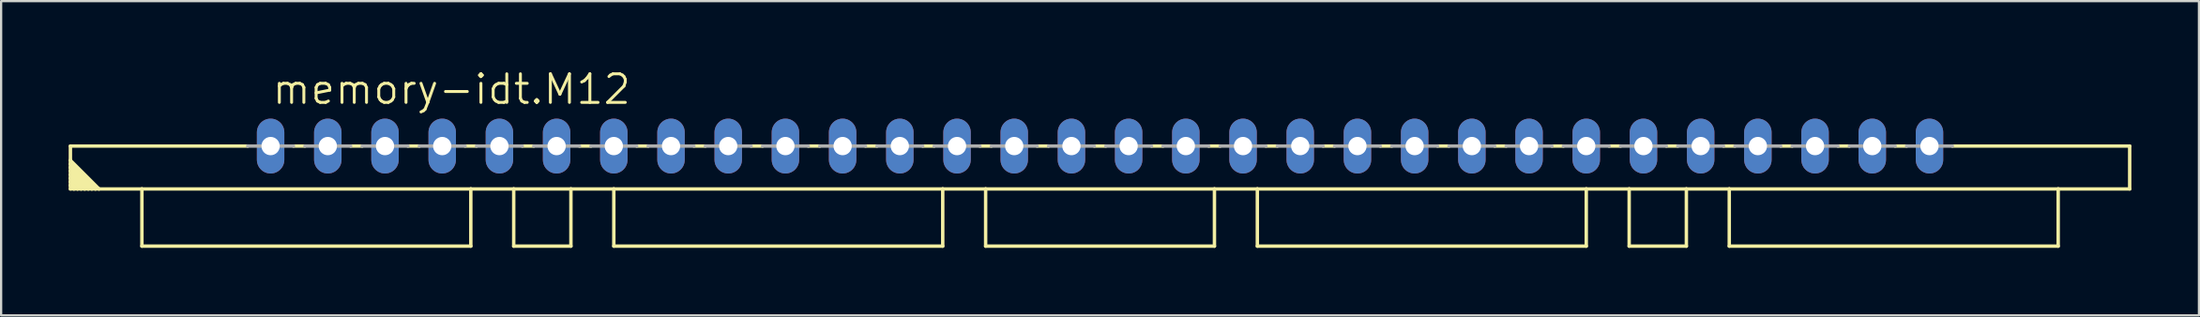
<source format=kicad_pcb>
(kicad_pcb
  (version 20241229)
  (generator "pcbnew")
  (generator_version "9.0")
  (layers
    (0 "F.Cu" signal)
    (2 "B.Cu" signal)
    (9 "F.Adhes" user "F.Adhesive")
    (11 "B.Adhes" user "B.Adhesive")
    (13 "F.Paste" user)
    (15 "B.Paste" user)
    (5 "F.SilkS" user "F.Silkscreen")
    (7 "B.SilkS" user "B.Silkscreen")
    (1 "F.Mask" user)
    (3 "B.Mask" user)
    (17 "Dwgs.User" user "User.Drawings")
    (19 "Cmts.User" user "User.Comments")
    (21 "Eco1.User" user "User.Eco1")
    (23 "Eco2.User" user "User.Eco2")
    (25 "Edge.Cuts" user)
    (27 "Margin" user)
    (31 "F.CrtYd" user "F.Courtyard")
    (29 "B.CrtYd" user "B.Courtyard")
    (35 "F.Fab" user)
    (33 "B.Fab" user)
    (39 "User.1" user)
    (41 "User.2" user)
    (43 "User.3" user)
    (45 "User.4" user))
  (footprint "memory-idt.M12"
    (layer "F.Cu")
    (at 45.796 4.708)
    (property "Reference" "memory-idt.M12" (at -36.83 -3.048 0) (layer "F.SilkS") (effects (font (size 1.27 1.27) (thickness 0.13)) (justify left bottom)))
    (attr through_hole)
    (fp_line (start -45.72 -1.27) (end -45.72 -0.635) (stroke (width 0.152) (type default)) (layer "F.SilkS"))
    (fp_line (start -45.72 -0.635) (end -45.72 -0.476) (stroke (width 0.152) (type default)) (layer "F.SilkS"))
    (fp_line (start -45.72 -0.635) (end -44.45 0.635) (stroke (width 0.152) (type default)) (layer "F.SilkS"))
    (fp_line (start -45.72 -0.476) (end -45.72 -0.318) (stroke (width 0.152) (type default)) (layer "F.SilkS"))
    (fp_line (start -45.72 -0.476) (end -44.609 0.635) (stroke (width 0.152) (type default)) (layer "F.SilkS"))
    (fp_line (start -45.72 -0.318) (end -45.72 -0.159) (stroke (width 0.152) (type default)) (layer "F.SilkS"))
    (fp_line (start -45.72 -0.318) (end -44.768 0.635) (stroke (width 0.152) (type default)) (layer "F.SilkS"))
    (fp_line (start -45.72 -0.159) (end -45.72 0) (stroke (width 0.152) (type default)) (layer "F.SilkS"))
    (fp_line (start -45.72 -0.159) (end -44.926 0.635) (stroke (width 0.152) (type default)) (layer "F.SilkS"))
    (fp_line (start -45.72 0) (end -45.72 0.159) (stroke (width 0.152) (type default)) (layer "F.SilkS"))
    (fp_line (start -45.72 0) (end -45.085 0.635) (stroke (width 0.152) (type default)) (layer "F.SilkS"))
    (fp_line (start -45.72 0.159) (end -45.72 0.318) (stroke (width 0.152) (type default)) (layer "F.SilkS"))
    (fp_line (start -45.72 0.159) (end -45.244 0.635) (stroke (width 0.152) (type default)) (layer "F.SilkS"))
    (fp_line (start -45.72 0.318) (end -45.72 0.476) (stroke (width 0.152) (type default)) (layer "F.SilkS"))
    (fp_line (start -45.72 0.318) (end -45.403 0.635) (stroke (width 0.152) (type default)) (layer "F.SilkS"))
    (fp_line (start -45.72 0.476) (end -45.72 0.635) (stroke (width 0.152) (type default)) (layer "F.SilkS"))
    (fp_line (start -45.72 0.476) (end -45.561 0.635) (stroke (width 0.152) (type default)) (layer "F.SilkS"))
    (fp_line (start -45.72 0.635) (end -45.561 0.635) (stroke (width 0.152) (type default)) (layer "F.SilkS"))
    (fp_line (start -45.561 0.635) (end -45.403 0.635) (stroke (width 0.152) (type default)) (layer "F.SilkS"))
    (fp_line (start -45.403 0.635) (end -45.244 0.635) (stroke (width 0.152) (type default)) (layer "F.SilkS"))
    (fp_line (start -45.244 0.635) (end -45.085 0.635) (stroke (width 0.152) (type default)) (layer "F.SilkS"))
    (fp_line (start -45.085 0.635) (end -44.926 0.635) (stroke (width 0.152) (type default)) (layer "F.SilkS"))
    (fp_line (start -44.926 0.635) (end -44.768 0.635) (stroke (width 0.152) (type default)) (layer "F.SilkS"))
    (fp_line (start -44.768 0.635) (end -44.609 0.635) (stroke (width 0.152) (type default)) (layer "F.SilkS"))
    (fp_line (start -44.609 0.635) (end -44.45 0.635) (stroke (width 0.152) (type default)) (layer "F.SilkS"))
    (fp_line (start -44.45 0.635) (end -42.545 0.635) (stroke (width 0.152) (type default)) (layer "F.SilkS"))
    (fp_line (start -42.545 0.635) (end -27.94 0.635) (stroke (width 0.152) (type default)) (layer "F.SilkS"))
    (fp_line (start -42.545 3.175) (end -42.545 0.635) (stroke (width 0.152) (type default)) (layer "F.SilkS"))
    (fp_line (start -37.846 -1.27) (end -45.72 -1.27) (stroke (width 0.152) (type default)) (layer "F.SilkS"))
    (fp_line (start -35.814 -1.27) (end -35.306 -1.27) (stroke (width 0.152) (type default)) (layer "F.SilkS"))
    (fp_line (start -33.274 -1.27) (end -32.766 -1.27) (stroke (width 0.152) (type default)) (layer "F.SilkS"))
    (fp_line (start -30.734 -1.27) (end -30.226 -1.27) (stroke (width 0.152) (type default)) (layer "F.SilkS"))
    (fp_line (start -28.194 -1.27) (end -27.686 -1.27) (stroke (width 0.152) (type default)) (layer "F.SilkS"))
    (fp_line (start -27.94 0.635) (end -27.94 3.175) (stroke (width 0.152) (type default)) (layer "F.SilkS"))
    (fp_line (start -27.94 0.635) (end -26.035 0.635) (stroke (width 0.152) (type default)) (layer "F.SilkS"))
    (fp_line (start -27.94 3.175) (end -42.545 3.175) (stroke (width 0.152) (type default)) (layer "F.SilkS"))
    (fp_line (start -26.035 0.635) (end -26.035 3.175) (stroke (width 0.152) (type default)) (layer "F.SilkS"))
    (fp_line (start -26.035 0.635) (end -23.495 0.635) (stroke (width 0.152) (type default)) (layer "F.SilkS"))
    (fp_line (start -26.035 3.175) (end -23.495 3.175) (stroke (width 0.152) (type default)) (layer "F.SilkS"))
    (fp_line (start -25.654 -1.27) (end -25.146 -1.27) (stroke (width 0.152) (type default)) (layer "F.SilkS"))
    (fp_line (start -23.495 0.635) (end -21.59 0.635) (stroke (width 0.152) (type default)) (layer "F.SilkS"))
    (fp_line (start -23.495 3.175) (end -23.495 0.635) (stroke (width 0.152) (type default)) (layer "F.SilkS"))
    (fp_line (start -23.114 -1.27) (end -22.606 -1.27) (stroke (width 0.152) (type default)) (layer "F.SilkS"))
    (fp_line (start -21.59 0.635) (end -6.985 0.635) (stroke (width 0.152) (type default)) (layer "F.SilkS"))
    (fp_line (start -21.59 3.175) (end -21.59 0.635) (stroke (width 0.152) (type default)) (layer "F.SilkS"))
    (fp_line (start -20.574 -1.27) (end -20.066 -1.27) (stroke (width 0.152) (type default)) (layer "F.SilkS"))
    (fp_line (start -18.034 -1.27) (end -17.526 -1.27) (stroke (width 0.152) (type default)) (layer "F.SilkS"))
    (fp_line (start -15.494 -1.27) (end -14.986 -1.27) (stroke (width 0.152) (type default)) (layer "F.SilkS"))
    (fp_line (start -12.954 -1.27) (end -12.446 -1.27) (stroke (width 0.152) (type default)) (layer "F.SilkS"))
    (fp_line (start -10.414 -1.27) (end -9.906 -1.27) (stroke (width 0.152) (type default)) (layer "F.SilkS"))
    (fp_line (start -7.874 -1.27) (end -7.366 -1.27) (stroke (width 0.152) (type default)) (layer "F.SilkS"))
    (fp_line (start -6.985 0.635) (end -6.985 3.175) (stroke (width 0.152) (type default)) (layer "F.SilkS"))
    (fp_line (start -6.985 0.635) (end -5.08 0.635) (stroke (width 0.152) (type default)) (layer "F.SilkS"))
    (fp_line (start -6.985 3.175) (end -21.59 3.175) (stroke (width 0.152) (type default)) (layer "F.SilkS"))
    (fp_line (start -5.334 -1.27) (end -4.826 -1.27) (stroke (width 0.152) (type default)) (layer "F.SilkS"))
    (fp_line (start -5.08 0.635) (end -5.08 3.175) (stroke (width 0.152) (type default)) (layer "F.SilkS"))
    (fp_line (start -5.08 0.635) (end 5.08 0.635) (stroke (width 0.152) (type default)) (layer "F.SilkS"))
    (fp_line (start -5.08 3.175) (end 5.08 3.175) (stroke (width 0.152) (type default)) (layer "F.SilkS"))
    (fp_line (start -2.794 -1.27) (end -2.286 -1.27) (stroke (width 0.152) (type default)) (layer "F.SilkS"))
    (fp_line (start -0.254 -1.27) (end 0.254 -1.27) (stroke (width 0.152) (type default)) (layer "F.SilkS"))
    (fp_line (start 2.286 -1.27) (end 2.794 -1.27) (stroke (width 0.152) (type default)) (layer "F.SilkS"))
    (fp_line (start 4.826 -1.27) (end 5.334 -1.27) (stroke (width 0.152) (type default)) (layer "F.SilkS"))
    (fp_line (start 5.08 0.635) (end 6.985 0.635) (stroke (width 0.152) (type default)) (layer "F.SilkS"))
    (fp_line (start 5.08 3.175) (end 5.08 0.635) (stroke (width 0.152) (type default)) (layer "F.SilkS"))
    (fp_line (start 6.985 0.635) (end 21.59 0.635) (stroke (width 0.152) (type default)) (layer "F.SilkS"))
    (fp_line (start 6.985 3.175) (end 6.985 0.635) (stroke (width 0.152) (type default)) (layer "F.SilkS"))
    (fp_line (start 7.366 -1.27) (end 7.874 -1.27) (stroke (width 0.152) (type default)) (layer "F.SilkS"))
    (fp_line (start 9.906 -1.27) (end 10.414 -1.27) (stroke (width 0.152) (type default)) (layer "F.SilkS"))
    (fp_line (start 12.446 -1.27) (end 12.954 -1.27) (stroke (width 0.152) (type default)) (layer "F.SilkS"))
    (fp_line (start 14.986 -1.27) (end 15.494 -1.27) (stroke (width 0.152) (type default)) (layer "F.SilkS"))
    (fp_line (start 17.526 -1.27) (end 18.034 -1.27) (stroke (width 0.152) (type default)) (layer "F.SilkS"))
    (fp_line (start 20.066 -1.27) (end 20.574 -1.27) (stroke (width 0.152) (type default)) (layer "F.SilkS"))
    (fp_line (start 21.59 0.635) (end 21.59 3.175) (stroke (width 0.152) (type default)) (layer "F.SilkS"))
    (fp_line (start 21.59 0.635) (end 23.495 0.635) (stroke (width 0.152) (type default)) (layer "F.SilkS"))
    (fp_line (start 21.59 3.175) (end 6.985 3.175) (stroke (width 0.152) (type default)) (layer "F.SilkS"))
    (fp_line (start 22.606 -1.27) (end 23.114 -1.27) (stroke (width 0.152) (type default)) (layer "F.SilkS"))
    (fp_line (start 23.495 0.635) (end 23.495 3.175) (stroke (width 0.152) (type default)) (layer "F.SilkS"))
    (fp_line (start 23.495 0.635) (end 26.035 0.635) (stroke (width 0.152) (type default)) (layer "F.SilkS"))
    (fp_line (start 23.495 3.175) (end 26.035 3.175) (stroke (width 0.152) (type default)) (layer "F.SilkS"))
    (fp_line (start 25.146 -1.27) (end 25.654 -1.27) (stroke (width 0.152) (type default)) (layer "F.SilkS"))
    (fp_line (start 26.035 0.635) (end 27.94 0.635) (stroke (width 0.152) (type default)) (layer "F.SilkS"))
    (fp_line (start 26.035 3.175) (end 26.035 0.635) (stroke (width 0.152) (type default)) (layer "F.SilkS"))
    (fp_line (start 27.686 -1.27) (end 28.194 -1.27) (stroke (width 0.152) (type default)) (layer "F.SilkS"))
    (fp_line (start 27.94 0.635) (end 42.545 0.635) (stroke (width 0.152) (type default)) (layer "F.SilkS"))
    (fp_line (start 27.94 3.175) (end 27.94 0.635) (stroke (width 0.152) (type default)) (layer "F.SilkS"))
    (fp_line (start 30.226 -1.27) (end 30.734 -1.27) (stroke (width 0.152) (type default)) (layer "F.SilkS"))
    (fp_line (start 32.766 -1.27) (end 33.274 -1.27) (stroke (width 0.152) (type default)) (layer "F.SilkS"))
    (fp_line (start 35.306 -1.27) (end 35.814 -1.27) (stroke (width 0.152) (type default)) (layer "F.SilkS"))
    (fp_line (start 37.846 -1.27) (end 45.72 -1.27) (stroke (width 0.152) (type default)) (layer "F.SilkS"))
    (fp_line (start 42.545 0.635) (end 42.545 3.175) (stroke (width 0.152) (type default)) (layer "F.SilkS"))
    (fp_line (start 42.545 0.635) (end 45.72 0.635) (stroke (width 0.152) (type default)) (layer "F.SilkS"))
    (fp_line (start 42.545 3.175) (end 27.94 3.175) (stroke (width 0.152) (type default)) (layer "F.SilkS"))
    (fp_line (start 45.72 0.635) (end 45.72 -1.27) (stroke (width 0.152) (type default)) (layer "F.SilkS"))
    (fp_line (start -37.846 -1.27) (end -35.814 -1.27) (stroke (width 0.152) (type default)) (layer "F.Fab"))
    (fp_line (start -35.306 -1.27) (end -33.274 -1.27) (stroke (width 0.152) (type default)) (layer "F.Fab"))
    (fp_line (start -32.766 -1.27) (end -30.734 -1.27) (stroke (width 0.152) (type default)) (layer "F.Fab"))
    (fp_line (start -30.226 -1.27) (end -28.194 -1.27) (stroke (width 0.152) (type default)) (layer "F.Fab"))
    (fp_line (start -27.686 -1.27) (end -25.654 -1.27) (stroke (width 0.152) (type default)) (layer "F.Fab"))
    (fp_line (start -25.146 -1.27) (end -23.114 -1.27) (stroke (width 0.152) (type default)) (layer "F.Fab"))
    (fp_line (start -22.606 -1.27) (end -20.574 -1.27) (stroke (width 0.152) (type default)) (layer "F.Fab"))
    (fp_line (start -20.066 -1.27) (end -18.034 -1.27) (stroke (width 0.152) (type default)) (layer "F.Fab"))
    (fp_line (start -17.526 -1.27) (end -15.494 -1.27) (stroke (width 0.152) (type default)) (layer "F.Fab"))
    (fp_line (start -14.986 -1.27) (end -12.954 -1.27) (stroke (width 0.152) (type default)) (layer "F.Fab"))
    (fp_line (start -12.446 -1.27) (end -10.414 -1.27) (stroke (width 0.152) (type default)) (layer "F.Fab"))
    (fp_line (start -9.906 -1.27) (end -7.874 -1.27) (stroke (width 0.152) (type default)) (layer "F.Fab"))
    (fp_line (start -7.366 -1.27) (end -5.334 -1.27) (stroke (width 0.152) (type default)) (layer "F.Fab"))
    (fp_line (start -4.826 -1.27) (end -2.794 -1.27) (stroke (width 0.152) (type default)) (layer "F.Fab"))
    (fp_line (start -2.286 -1.27) (end -0.254 -1.27) (stroke (width 0.152) (type default)) (layer "F.Fab"))
    (fp_line (start 0.254 -1.27) (end 2.286 -1.27) (stroke (width 0.152) (type default)) (layer "F.Fab"))
    (fp_line (start 2.794 -1.27) (end 4.826 -1.27) (stroke (width 0.152) (type default)) (layer "F.Fab"))
    (fp_line (start 5.334 -1.27) (end 7.366 -1.27) (stroke (width 0.152) (type default)) (layer "F.Fab"))
    (fp_line (start 7.874 -1.27) (end 9.906 -1.27) (stroke (width 0.152) (type default)) (layer "F.Fab"))
    (fp_line (start 10.414 -1.27) (end 12.446 -1.27) (stroke (width 0.152) (type default)) (layer "F.Fab"))
    (fp_line (start 12.954 -1.27) (end 14.986 -1.27) (stroke (width 0.152) (type default)) (layer "F.Fab"))
    (fp_line (start 15.494 -1.27) (end 17.526 -1.27) (stroke (width 0.152) (type default)) (layer "F.Fab"))
    (fp_line (start 18.034 -1.27) (end 20.066 -1.27) (stroke (width 0.152) (type default)) (layer "F.Fab"))
    (fp_line (start 20.574 -1.27) (end 22.606 -1.27) (stroke (width 0.152) (type default)) (layer "F.Fab"))
    (fp_line (start 23.114 -1.27) (end 25.146 -1.27) (stroke (width 0.152) (type default)) (layer "F.Fab"))
    (fp_line (start 25.654 -1.27) (end 27.686 -1.27) (stroke (width 0.152) (type default)) (layer "F.Fab"))
    (fp_line (start 28.194 -1.27) (end 30.226 -1.27) (stroke (width 0.152) (type default)) (layer "F.Fab"))
    (fp_line (start 30.734 -1.27) (end 32.766 -1.27) (stroke (width 0.152) (type default)) (layer "F.Fab"))
    (fp_line (start 33.274 -1.27) (end 35.306 -1.27) (stroke (width 0.152) (type default)) (layer "F.Fab"))
    (fp_line (start 35.814 -1.27) (end 37.846 -1.27) (stroke (width 0.152) (type default)) (layer "F.Fab"))
    (pad "1" thru_hole oval (at -36.83 -1.27 90) (size 2.438 1.219) (drill 0.813) (layers "*.Cu" "*.Mask"))
    (pad "2" thru_hole oval (at -34.29 -1.27 90) (size 2.438 1.219) (drill 0.813) (layers "*.Cu" "*.Mask"))
    (pad "3" thru_hole oval (at -31.75 -1.27 90) (size 2.438 1.219) (drill 0.813) (layers "*.Cu" "*.Mask"))
    (pad "4" thru_hole oval (at -29.21 -1.27 90) (size 2.438 1.219) (drill 0.813) (layers "*.Cu" "*.Mask"))
    (pad "5" thru_hole oval (at -26.67 -1.27 90) (size 2.438 1.219) (drill 0.813) (layers "*.Cu" "*.Mask"))
    (pad "6" thru_hole oval (at -24.13 -1.27 90) (size 2.438 1.219) (drill 0.813) (layers "*.Cu" "*.Mask"))
    (pad "7" thru_hole oval (at -21.59 -1.27 90) (size 2.438 1.219) (drill 0.813) (layers "*.Cu" "*.Mask"))
    (pad "8" thru_hole oval (at -19.05 -1.27 90) (size 2.438 1.219) (drill 0.813) (layers "*.Cu" "*.Mask"))
    (pad "9" thru_hole oval (at -16.51 -1.27 90) (size 2.438 1.219) (drill 0.813) (layers "*.Cu" "*.Mask"))
    (pad "10" thru_hole oval (at -13.97 -1.27 90) (size 2.438 1.219) (drill 0.813) (layers "*.Cu" "*.Mask"))
    (pad "11" thru_hole oval (at -11.43 -1.27 90) (size 2.438 1.219) (drill 0.813) (layers "*.Cu" "*.Mask"))
    (pad "12" thru_hole oval (at -8.89 -1.27 90) (size 2.438 1.219) (drill 0.813) (layers "*.Cu" "*.Mask"))
    (pad "13" thru_hole oval (at -6.35 -1.27 90) (size 2.438 1.219) (drill 0.813) (layers "*.Cu" "*.Mask"))
    (pad "14" thru_hole oval (at -3.81 -1.27 90) (size 2.438 1.219) (drill 0.813) (layers "*.Cu" "*.Mask"))
    (pad "15" thru_hole oval (at -1.27 -1.27 90) (size 2.438 1.219) (drill 0.813) (layers "*.Cu" "*.Mask"))
    (pad "16" thru_hole oval (at 1.27 -1.27 90) (size 2.438 1.219) (drill 0.813) (layers "*.Cu" "*.Mask"))
    (pad "17" thru_hole oval (at 3.81 -1.27 90) (size 2.438 1.219) (drill 0.813) (layers "*.Cu" "*.Mask"))
    (pad "18" thru_hole oval (at 6.35 -1.27 90) (size 2.438 1.219) (drill 0.813) (layers "*.Cu" "*.Mask"))
    (pad "19" thru_hole oval (at 8.89 -1.27 90) (size 2.438 1.219) (drill 0.813) (layers "*.Cu" "*.Mask"))
    (pad "20" thru_hole oval (at 11.43 -1.27 90) (size 2.438 1.219) (drill 0.813) (layers "*.Cu" "*.Mask"))
    (pad "21" thru_hole oval (at 13.97 -1.27 90) (size 2.438 1.219) (drill 0.813) (layers "*.Cu" "*.Mask"))
    (pad "22" thru_hole oval (at 16.51 -1.27 90) (size 2.438 1.219) (drill 0.813) (layers "*.Cu" "*.Mask"))
    (pad "23" thru_hole oval (at 19.05 -1.27 90) (size 2.438 1.219) (drill 0.813) (layers "*.Cu" "*.Mask"))
    (pad "24" thru_hole oval (at 21.59 -1.27 90) (size 2.438 1.219) (drill 0.813) (layers "*.Cu" "*.Mask"))
    (pad "25" thru_hole oval (at 24.13 -1.27 90) (size 2.438 1.219) (drill 0.813) (layers "*.Cu" "*.Mask"))
    (pad "26" thru_hole oval (at 26.67 -1.27 90) (size 2.438 1.219) (drill 0.813) (layers "*.Cu" "*.Mask"))
    (pad "27" thru_hole oval (at 29.21 -1.27 90) (size 2.438 1.219) (drill 0.813) (layers "*.Cu" "*.Mask"))
    (pad "28" thru_hole oval (at 31.75 -1.27 90) (size 2.438 1.219) (drill 0.813) (layers "*.Cu" "*.Mask"))
    (pad "29" thru_hole oval (at 34.29 -1.27 90) (size 2.438 1.219) (drill 0.813) (layers "*.Cu" "*.Mask"))
    (pad "30" thru_hole oval (at 36.83 -1.27 90) (size 2.438 1.219) (drill 0.813) (layers "*.Cu" "*.Mask")))
  (gr_rect
    (start -3 -3)
    (end 94.592 10.959)
    (stroke (width 0.1) (type default))
    (fill no)
    (layer "Edge.Cuts")))
</source>
